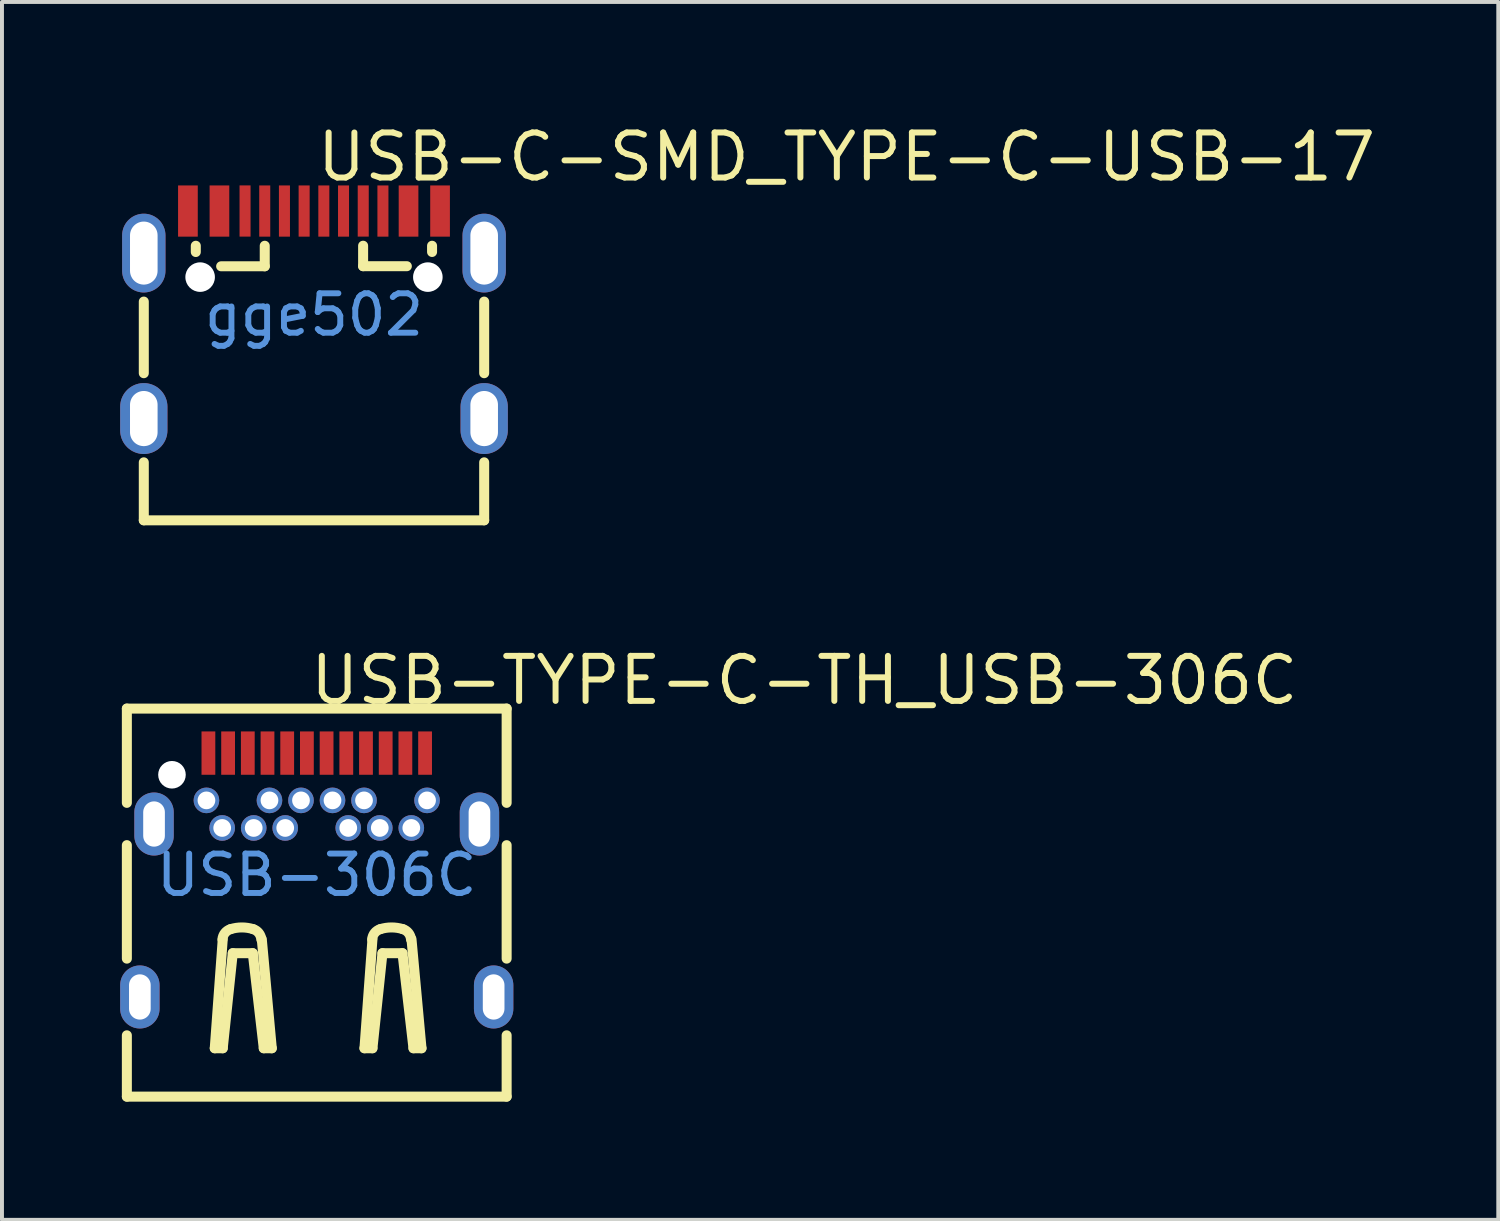
<source format=kicad_pcb>
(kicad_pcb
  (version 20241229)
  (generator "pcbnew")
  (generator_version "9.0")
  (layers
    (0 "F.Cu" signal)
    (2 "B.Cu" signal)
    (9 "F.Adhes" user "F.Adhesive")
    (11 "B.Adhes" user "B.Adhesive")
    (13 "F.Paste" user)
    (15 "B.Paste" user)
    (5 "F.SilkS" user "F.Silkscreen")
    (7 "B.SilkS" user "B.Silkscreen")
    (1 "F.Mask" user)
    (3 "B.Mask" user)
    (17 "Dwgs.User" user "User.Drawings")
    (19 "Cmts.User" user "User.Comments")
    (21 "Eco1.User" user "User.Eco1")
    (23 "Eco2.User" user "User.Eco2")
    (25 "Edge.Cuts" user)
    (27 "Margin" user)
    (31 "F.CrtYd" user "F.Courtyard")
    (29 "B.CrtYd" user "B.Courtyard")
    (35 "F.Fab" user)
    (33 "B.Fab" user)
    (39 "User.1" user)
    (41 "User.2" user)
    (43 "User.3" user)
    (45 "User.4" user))
  (footprint "USB-TYPE-C-TH_USB-306C"
    (layer "F.Cu")
    (at 4.99 19.161)
    (property "Reference" "USB-TYPE-C-TH_USB-306C" (at -0.243 -4.941 0) (layer "F.SilkS") (effects (font (size 1.143 1.143) (thickness 0.152)) (justify left)))
    (attr smd)
    (fp_line (start -4.82 -4.225) (end -4.82 -1.832) (stroke (width 0.254) (type solid)) (layer "F.SilkS"))
    (fp_line (start -4.82 -0.759) (end -4.82 2.122) (stroke (width 0.254) (type solid)) (layer "F.SilkS"))
    (fp_line (start -4.82 4.068) (end -4.82 5.625) (stroke (width 0.254) (type solid)) (layer "F.SilkS"))
    (fp_line (start -4.82 5.625) (end 4.82 5.625) (stroke (width 0.254) (type solid)) (layer "F.SilkS"))
    (fp_line (start -2.589 4.397) (end -2.386 1.628) (stroke (width 0.254) (type solid)) (layer "F.SilkS"))
    (fp_line (start -2.386 4.397) (end -2.589 4.397) (stroke (width 0.254) (type solid)) (layer "F.SilkS"))
    (fp_line (start -2.132 1.984) (end -2.386 4.397) (stroke (width 0.254) (type solid)) (layer "F.SilkS"))
    (fp_line (start -1.624 1.984) (end -2.132 1.984) (stroke (width 0.254) (type solid)) (layer "F.SilkS"))
    (fp_line (start -1.395 1.628) (end -1.141 4.397) (stroke (width 0.254) (type solid)) (layer "F.SilkS"))
    (fp_line (start -1.345 4.397) (end -1.624 1.984) (stroke (width 0.254) (type solid)) (layer "F.SilkS"))
    (fp_line (start -1.141 4.397) (end -1.345 4.397) (stroke (width 0.254) (type solid)) (layer "F.SilkS"))
    (fp_line (start 1.211 4.397) (end 1.414 1.628) (stroke (width 0.254) (type solid)) (layer "F.SilkS"))
    (fp_line (start 1.414 4.397) (end 1.211 4.397) (stroke (width 0.254) (type solid)) (layer "F.SilkS"))
    (fp_line (start 1.668 1.984) (end 1.414 4.397) (stroke (width 0.254) (type solid)) (layer "F.SilkS"))
    (fp_line (start 2.176 1.984) (end 1.668 1.984) (stroke (width 0.254) (type solid)) (layer "F.SilkS"))
    (fp_line (start 2.405 1.628) (end 2.659 4.397) (stroke (width 0.254) (type solid)) (layer "F.SilkS"))
    (fp_line (start 2.455 4.397) (end 2.176 1.984) (stroke (width 0.254) (type solid)) (layer "F.SilkS"))
    (fp_line (start 2.659 4.397) (end 2.455 4.397) (stroke (width 0.254) (type solid)) (layer "F.SilkS"))
    (fp_line (start 4.82 -4.225) (end -4.82 -4.225) (stroke (width 0.254) (type solid)) (layer "F.SilkS"))
    (fp_line (start 4.82 -4.225) (end 4.82 -1.832) (stroke (width 0.254) (type solid)) (layer "F.SilkS"))
    (fp_line (start 4.82 -0.758) (end 4.82 2.122) (stroke (width 0.254) (type solid)) (layer "F.SilkS"))
    (fp_line (start 4.82 4.068) (end 4.82 5.625) (stroke (width 0.254) (type solid)) (layer "F.SilkS"))
    (fp_arc (start -2.394 1.633) (mid -2.33043 1.471093) (end -2.186653 1.3732) (stroke (width 0.254) (type solid)) (layer "F.SilkS"))
    (fp_arc (start -2.186 1.373) (mid -1.900499 1.330354) (end -1.615042 1.373294) (stroke (width 0.254) (type solid)) (layer "F.SilkS"))
    (fp_arc (start -1.615 1.373) (mid -1.47117 1.471123) (end -1.407687 1.63325) (stroke (width 0.254) (type solid)) (layer "F.SilkS"))
    (fp_arc (start 1.406 1.633) (mid 1.46957 1.471093) (end 1.613347 1.3732) (stroke (width 0.254) (type solid)) (layer "F.SilkS"))
    (fp_arc (start 1.614 1.373) (mid 1.899501 1.330354) (end 2.184958 1.373294) (stroke (width 0.254) (type solid)) (layer "F.SilkS"))
    (fp_arc (start 2.185 1.373) (mid 2.32883 1.471123) (end 2.392313 1.63325) (stroke (width 0.254) (type solid)) (layer "F.SilkS"))
    (fp_text user "USB-306C" (at 0 0 0) (layer "Cmts.User") (effects (font (size 1 1) (thickness 0.15))))
    (pad "" np_thru_hole circle (at -3.675 -2.545) (size 0.7 0.7) (drill 0.7) (layers "*.Cu" "*.Mask"))
    (pad "25" thru_hole oval (at -4.49 3.095) (size 1 1.6) (drill oval 0.55 1.149) (layers "*.Cu" "*.Paste" "*.Mask"))
    (pad "25" thru_hole oval (at -4.13 -1.295) (size 1 1.6) (drill oval 0.55 1.149) (layers "*.Cu" "*.Paste" "*.Mask"))
    (pad "25" thru_hole oval (at 4.13 -1.295) (size 1 1.6) (drill oval 0.55 1.149) (layers "*.Cu" "*.Paste" "*.Mask"))
    (pad "25" thru_hole oval (at 4.49 3.095) (size 1 1.6) (drill oval 0.55 1.149) (layers "*.Cu" "*.Paste" "*.Mask"))
    (pad "A1" smd rect (at -2.75 -3.095) (size 0.35 1.1) (layers "F.Cu" "F.Mask" "F.Paste"))
    (pad "A2" smd rect (at -2.25 -3.095) (size 0.35 1.1) (layers "F.Cu" "F.Mask" "F.Paste"))
    (pad "A3" smd rect (at -1.75 -3.095) (size 0.35 1.1) (layers "F.Cu" "F.Mask" "F.Paste"))
    (pad "A4" smd rect (at -1.25 -3.095) (size 0.35 1.1) (layers "F.Cu" "F.Mask" "F.Paste"))
    (pad "A5" smd rect (at -0.75 -3.095) (size 0.35 1.1) (layers "F.Cu" "F.Mask" "F.Paste"))
    (pad "A6" smd rect (at -0.25 -3.095) (size 0.35 1.1) (layers "F.Cu" "F.Mask" "F.Paste"))
    (pad "A7" smd rect (at 0.25 -3.095) (size 0.35 1.1) (layers "F.Cu" "F.Mask" "F.Paste"))
    (pad "A8" smd rect (at 0.75 -3.095) (size 0.35 1.1) (layers "F.Cu" "F.Mask" "F.Paste"))
    (pad "A9" smd rect (at 1.25 -3.095) (size 0.35 1.1) (layers "F.Cu" "F.Mask" "F.Paste"))
    (pad "A10" smd rect (at 1.75 -3.095) (size 0.35 1.1) (layers "F.Cu" "F.Mask" "F.Paste"))
    (pad "A11" smd rect (at 2.25 -3.095) (size 0.35 1.1) (layers "F.Cu" "F.Mask" "F.Paste"))
    (pad "A12" smd rect (at 2.75 -3.095) (size 0.35 1.1) (layers "F.Cu" "F.Mask" "F.Paste"))
    (pad "B1" thru_hole circle (at 2.8 -1.895) (size 0.65 0.65) (drill 0.45) (layers "*.Cu" "*.Paste" "*.Mask"))
    (pad "B2" thru_hole circle (at 2.4 -1.195) (size 0.65 0.65) (drill 0.45) (layers "*.Cu" "*.Paste" "*.Mask"))
    (pad "B3" thru_hole circle (at 1.6 -1.195) (size 0.65 0.65) (drill 0.45) (layers "*.Cu" "*.Paste" "*.Mask"))
    (pad "B4" thru_hole circle (at 1.2 -1.895) (size 0.65 0.65) (drill 0.45) (layers "*.Cu" "*.Paste" "*.Mask"))
    (pad "B5" thru_hole circle (at 0.8 -1.195) (size 0.65 0.65) (drill 0.45) (layers "*.Cu" "*.Paste" "*.Mask"))
    (pad "B6" thru_hole circle (at 0.4 -1.895) (size 0.65 0.65) (drill 0.45) (layers "*.Cu" "*.Paste" "*.Mask"))
    (pad "B7" thru_hole circle (at -0.4 -1.895) (size 0.65 0.65) (drill 0.45) (layers "*.Cu" "*.Paste" "*.Mask"))
    (pad "B8" thru_hole circle (at -0.8 -1.195) (size 0.65 0.65) (drill 0.45) (layers "*.Cu" "*.Paste" "*.Mask"))
    (pad "B9" thru_hole circle (at -1.2 -1.895) (size 0.65 0.65) (drill 0.45) (layers "*.Cu" "*.Paste" "*.Mask"))
    (pad "B10" thru_hole circle (at -1.6 -1.195) (size 0.65 0.65) (drill 0.45) (layers "*.Cu" "*.Paste" "*.Mask"))
    (pad "B11" thru_hole circle (at -2.4 -1.195) (size 0.65 0.65) (drill 0.45) (layers "*.Cu" "*.Paste" "*.Mask"))
    (pad "B12" thru_hole circle (at -2.8 -1.895) (size 0.65 0.65) (drill 0.45) (layers "*.Cu" "*.Paste" "*.Mask")))
  (footprint "USB-C-SMD_TYPE-C-USB-17"
    (layer "F.Cu")
    (at 4.92 4.94)
    (property "Reference" "USB-C-SMD_TYPE-C-USB-17" (at 0 -4.005 0) (layer "F.SilkS") (effects (font (size 1.143 1.143) (thickness 0.152)) (justify left)))
    (attr smd)
    (fp_line (start -4.32 1.483) (end -4.32 -0.335) (stroke (width 0.254) (type solid)) (layer "F.SilkS"))
    (fp_line (start -4.32 5.217) (end -4.32 3.745) (stroke (width 0.254) (type solid)) (layer "F.SilkS"))
    (fp_line (start -3 -1.593) (end -3 -1.752) (stroke (width 0.254) (type solid)) (layer "F.SilkS"))
    (fp_line (start -2.357 -1.231) (end -1.25 -1.231) (stroke (width 0.254) (type solid)) (layer "F.SilkS"))
    (fp_line (start -1.25 -1.231) (end -1.25 -1.752) (stroke (width 0.254) (type solid)) (layer "F.SilkS"))
    (fp_line (start 1.247 -1.233) (end 1.247 -1.753) (stroke (width 0.254) (type solid)) (layer "F.SilkS"))
    (fp_line (start 1.247 -1.233) (end 2.357 -1.233) (stroke (width 0.254) (type solid)) (layer "F.SilkS"))
    (fp_line (start 2.997 -1.594) (end 2.997 -1.752) (stroke (width 0.254) (type solid)) (layer "F.SilkS"))
    (fp_line (start 4.32 1.483) (end 4.32 -0.335) (stroke (width 0.254) (type solid)) (layer "F.SilkS"))
    (fp_line (start 4.32 5.217) (end -4.32 5.217) (stroke (width 0.254) (type solid)) (layer "F.SilkS"))
    (fp_line (start 4.32 5.217) (end 4.32 3.745) (stroke (width 0.254) (type solid)) (layer "F.SilkS"))
    (fp_poly (pts (xy -3.45 -3.283) (xy -2.95 -3.283) (xy -2.95 -1.983) (xy -3.45 -1.983)) (stroke (width 0) (type solid)) (fill yes) (layer "F.Paste"))
    (fp_poly (pts (xy -2.65 -3.283) (xy -2.15 -3.283) (xy -2.15 -1.983) (xy -2.65 -1.983)) (stroke (width 0) (type solid)) (fill yes) (layer "F.Paste"))
    (fp_poly (pts (xy -1.89 -3.284) (xy -1.61 -3.284) (xy -1.61 -1.984) (xy -1.89 -1.984)) (stroke (width 0) (type solid)) (fill yes) (layer "F.Paste"))
    (fp_poly (pts (xy -1.39 -3.283) (xy -1.11 -3.283) (xy -1.11 -1.983) (xy -1.39 -1.983)) (stroke (width 0) (type solid)) (fill yes) (layer "F.Paste"))
    (fp_poly (pts (xy -0.89 -3.283) (xy -0.61 -3.283) (xy -0.61 -1.983) (xy -0.89 -1.983)) (stroke (width 0) (type solid)) (fill yes) (layer "F.Paste"))
    (fp_poly (pts (xy -0.39 -3.283) (xy -0.11 -3.283) (xy -0.11 -1.983) (xy -0.39 -1.983)) (stroke (width 0) (type solid)) (fill yes) (layer "F.Paste"))
    (fp_poly (pts (xy 0.11 -3.283) (xy 0.39 -3.283) (xy 0.39 -1.983) (xy 0.11 -1.983)) (stroke (width 0) (type solid)) (fill yes) (layer "F.Paste"))
    (fp_poly (pts (xy 0.61 -3.283) (xy 0.89 -3.283) (xy 0.89 -1.983) (xy 0.61 -1.983)) (stroke (width 0) (type solid)) (fill yes) (layer "F.Paste"))
    (fp_poly (pts (xy 1.11 -3.284) (xy 1.39 -3.284) (xy 1.39 -1.984) (xy 1.11 -1.984)) (stroke (width 0) (type solid)) (fill yes) (layer "F.Paste"))
    (fp_poly (pts (xy 1.61 -3.283) (xy 1.89 -3.283) (xy 1.89 -1.983) (xy 1.61 -1.983)) (stroke (width 0) (type solid)) (fill yes) (layer "F.Paste"))
    (fp_poly (pts (xy 2.15 -3.283) (xy 2.65 -3.283) (xy 2.65 -1.983) (xy 2.15 -1.983)) (stroke (width 0) (type solid)) (fill yes) (layer "F.Paste"))
    (fp_poly (pts (xy 2.95 -3.283) (xy 3.45 -3.283) (xy 3.45 -1.983) (xy 2.95 -1.983)) (stroke (width 0) (type solid)) (fill yes) (layer "F.Paste"))
    (fp_poly (pts (xy -4.281 3.534) (xy -4.311 3.533) (xy -4.341 3.53) (xy -4.37 3.525) (xy -4.4 3.519) (xy -4.429 3.512) (xy -4.457 3.503) (xy -4.485 3.493) (xy -4.513 3.481) (xy -4.54 3.468) (xy -4.566 3.454) (xy -4.592 3.438) (xy -4.616 3.421) (xy -4.64 3.403) (xy -4.663 3.384) (xy -4.685 3.364) (xy -4.706 3.342) (xy -4.726 3.32) (xy -4.744 3.296) (xy -4.762 3.272) (xy -4.778 3.247) (xy -4.793 3.221) (xy -4.807 3.195) (xy -4.819 3.167) (xy -4.83 3.139) (xy -4.839 3.111) (xy -4.847 3.082) (xy -4.854 3.053) (xy -4.859 3.024) (xy -4.863 2.994) (xy -4.865 2.964) (xy -4.866 2.934) (xy -4.866 2.334) (xy -4.865 2.304) (xy -4.863 2.274) (xy -4.859 2.245) (xy -4.854 2.215) (xy -4.847 2.186) (xy -4.839 2.157) (xy -4.83 2.129) (xy -4.819 2.101) (xy -4.807 2.074) (xy -4.793 2.047) (xy -4.778 2.021) (xy -4.762 1.996) (xy -4.744 1.972) (xy -4.726 1.949) (xy -4.706 1.926) (xy -4.685 1.905) (xy -4.663 1.884) (xy -4.64 1.865) (xy -4.616 1.847) (xy -4.592 1.83) (xy -4.566 1.815) (xy -4.54 1.8) (xy -4.513 1.787) (xy -4.485 1.776) (xy -4.457 1.765) (xy -4.429 1.757) (xy -4.4 1.749) (xy -4.37 1.743) (xy -4.341 1.739) (xy -4.311 1.736) (xy -4.281 1.734) (xy -4.251 1.734) (xy -4.221 1.736) (xy -4.191 1.739) (xy -4.162 1.743) (xy -4.133 1.749) (xy -4.104 1.757) (xy -4.075 1.765) (xy -4.047 1.776) (xy -4.019 1.787) (xy -3.992 1.8) (xy -3.966 1.815) (xy -3.941 1.83) (xy -3.916 1.847) (xy -3.892 1.865) (xy -3.869 1.884) (xy -3.847 1.905) (xy -3.826 1.926) (xy -3.806 1.949) (xy -3.788 1.972) (xy -3.77 1.996) (xy -3.754 2.021) (xy -3.739 2.047) (xy -3.725 2.074) (xy -3.713 2.101) (xy -3.702 2.129) (xy -3.693 2.157) (xy -3.685 2.186) (xy -3.678 2.215) (xy -3.673 2.245) (xy -3.669 2.274) (xy -3.667 2.304) (xy -3.666 2.334) (xy -3.666 2.934) (xy -3.667 2.964) (xy -3.669 2.994) (xy -3.673 3.024) (xy -3.678 3.053) (xy -3.685 3.082) (xy -3.693 3.111) (xy -3.702 3.139) (xy -3.713 3.167) (xy -3.725 3.195) (xy -3.739 3.221) (xy -3.754 3.247) (xy -3.77 3.272) (xy -3.788 3.296) (xy -3.806 3.32) (xy -3.826 3.342) (xy -3.847 3.364) (xy -3.869 3.384) (xy -3.892 3.403) (xy -3.916 3.421) (xy -3.941 3.438) (xy -3.966 3.454) (xy -3.992 3.468) (xy -4.019 3.481) (xy -4.047 3.493) (xy -4.075 3.503) (xy -4.104 3.512) (xy -4.133 3.519) (xy -4.162 3.525) (xy -4.191 3.53) (xy -4.221 3.533) (xy -4.251 3.534)) (stroke (width 0) (type solid)) (fill yes) (layer "F.Paste"))
    (fp_poly (pts (xy 4.305 3.534) (xy 4.275 3.532) (xy 4.245 3.529) (xy 4.216 3.525) (xy 4.187 3.519) (xy 4.158 3.512) (xy 4.129 3.503) (xy 4.101 3.493) (xy 4.073 3.481) (xy 4.046 3.468) (xy 4.02 3.454) (xy 3.995 3.438) (xy 3.97 3.421) (xy 3.946 3.403) (xy 3.923 3.384) (xy 3.901 3.364) (xy 3.88 3.342) (xy 3.86 3.32) (xy 3.842 3.296) (xy 3.824 3.272) (xy 3.808 3.247) (xy 3.793 3.221) (xy 3.779 3.194) (xy 3.767 3.167) (xy 3.756 3.139) (xy 3.747 3.111) (xy 3.739 3.082) (xy 3.732 3.053) (xy 3.727 3.024) (xy 3.723 2.994) (xy 3.721 2.964) (xy 3.72 2.934) (xy 3.72 2.334) (xy 3.721 2.304) (xy 3.723 2.274) (xy 3.727 2.245) (xy 3.732 2.215) (xy 3.739 2.186) (xy 3.747 2.157) (xy 3.756 2.129) (xy 3.767 2.101) (xy 3.779 2.074) (xy 3.793 2.047) (xy 3.808 2.021) (xy 3.824 1.996) (xy 3.842 1.972) (xy 3.86 1.948) (xy 3.88 1.926) (xy 3.901 1.905) (xy 3.923 1.884) (xy 3.946 1.865) (xy 3.97 1.847) (xy 3.995 1.83) (xy 4.02 1.814) (xy 4.046 1.8) (xy 4.073 1.787) (xy 4.101 1.776) (xy 4.129 1.765) (xy 4.158 1.757) (xy 4.187 1.749) (xy 4.216 1.743) (xy 4.245 1.739) (xy 4.275 1.736) (xy 4.305 1.734) (xy 4.335 1.734) (xy 4.365 1.736) (xy 4.395 1.739) (xy 4.424 1.743) (xy 4.454 1.749) (xy 4.483 1.757) (xy 4.511 1.765) (xy 4.539 1.776) (xy 4.567 1.787) (xy 4.594 1.8) (xy 4.62 1.814) (xy 4.646 1.83) (xy 4.67 1.847) (xy 4.694 1.865) (xy 4.717 1.884) (xy 4.739 1.905) (xy 4.76 1.926) (xy 4.78 1.948) (xy 4.798 1.972) (xy 4.816 1.996) (xy 4.832 2.021) (xy 4.847 2.047) (xy 4.861 2.074) (xy 4.873 2.101) (xy 4.884 2.129) (xy 4.893 2.157) (xy 4.901 2.186) (xy 4.908 2.215) (xy 4.913 2.245) (xy 4.917 2.274) (xy 4.919 2.304) (xy 4.92 2.334) (xy 4.92 2.934) (xy 4.919 2.964) (xy 4.917 2.994) (xy 4.913 3.024) (xy 4.908 3.053) (xy 4.901 3.082) (xy 4.893 3.111) (xy 4.884 3.139) (xy 4.873 3.167) (xy 4.861 3.194) (xy 4.847 3.221) (xy 4.832 3.247) (xy 4.816 3.272) (xy 4.798 3.296) (xy 4.78 3.32) (xy 4.76 3.342) (xy 4.739 3.364) (xy 4.717 3.384) (xy 4.694 3.403) (xy 4.67 3.421) (xy 4.646 3.438) (xy 4.62 3.454) (xy 4.594 3.468) (xy 4.567 3.481) (xy 4.539 3.493) (xy 4.511 3.503) (xy 4.483 3.512) (xy 4.454 3.519) (xy 4.424 3.525) (xy 4.395 3.529) (xy 4.365 3.532) (xy 4.335 3.534)) (stroke (width 0) (type solid)) (fill yes) (layer "F.Paste"))
    (fp_text user "gge502" (at 0 0 0) (layer "Cmts.User") (effects (font (size 1 1) (thickness 0.15))))
    (pad "" np_thru_hole circle (at -2.89 -0.956) (size 0.75 0.75) (drill 0.75) (layers "*.Cu" "*.Mask"))
    (pad "" np_thru_hole circle (at 2.89 -0.956) (size 0.75 0.75) (drill 0.75) (layers "*.Cu" "*.Mask"))
    (pad "0" thru_hole oval (at -4.32 -1.566) (size 1.1 2) (drill oval 0.7 1.6) (layers "*.Cu" "*.Paste" "*.Mask"))
    (pad "0" thru_hole oval (at -4.32 2.634) (size 1.2 1.8) (drill oval 0.7 1.4) (layers "*.Cu" "*.Paste" "*.Mask"))
    (pad "0" thru_hole oval (at 4.32 -1.566) (size 1.1 2) (drill oval 0.7 1.6) (layers "*.Cu" "*.Paste" "*.Mask"))
    (pad "0" thru_hole oval (at 4.32 2.634) (size 1.2 1.8) (drill oval 0.7 1.4) (layers "*.Cu" "*.Paste" "*.Mask"))
    (pad "A1" smd rect (at -3.2 -2.633) (size 0.5 1.3) (layers "F.Cu" "F.Mask" "F.Paste"))
    (pad "A4" smd rect (at -2.4 -2.633) (size 0.5 1.3) (layers "F.Cu" "F.Mask" "F.Paste"))
    (pad "A5" smd rect (at -1.25 -2.633) (size 0.28 1.3) (layers "F.Cu" "F.Mask" "F.Paste"))
    (pad "A6" smd rect (at -0.25 -2.633) (size 0.28 1.3) (layers "F.Cu" "F.Mask" "F.Paste"))
    (pad "A7" smd rect (at 0.25 -2.633) (size 0.28 1.3) (layers "F.Cu" "F.Mask" "F.Paste"))
    (pad "A8" smd rect (at 1.25 -2.634) (size 0.28 1.3) (layers "F.Cu" "F.Mask" "F.Paste"))
    (pad "A9" smd rect (at 2.4 -2.633) (size 0.5 1.3) (layers "F.Cu" "F.Mask" "F.Paste"))
    (pad "A12" smd rect (at 3.2 -2.633) (size 0.5 1.3) (layers "F.Cu" "F.Mask" "F.Paste"))
    (pad "B5" smd rect (at 1.75 -2.633) (size 0.28 1.3) (layers "F.Cu" "F.Mask" "F.Paste"))
    (pad "B6" smd rect (at 0.75 -2.633) (size 0.28 1.3) (layers "F.Cu" "F.Mask" "F.Paste"))
    (pad "B7" smd rect (at -0.75 -2.633) (size 0.28 1.3) (layers "F.Cu" "F.Mask" "F.Paste"))
    (pad "B8" smd rect (at -1.75 -2.634) (size 0.28 1.3) (layers "F.Cu" "F.Mask" "F.Paste")))
  (gr_rect
    (start -3 -3)
    (end 34.981 27.913)
    (stroke (width 0.1) (type default))
    (fill no)
    (layer "Edge.Cuts")))
</source>
